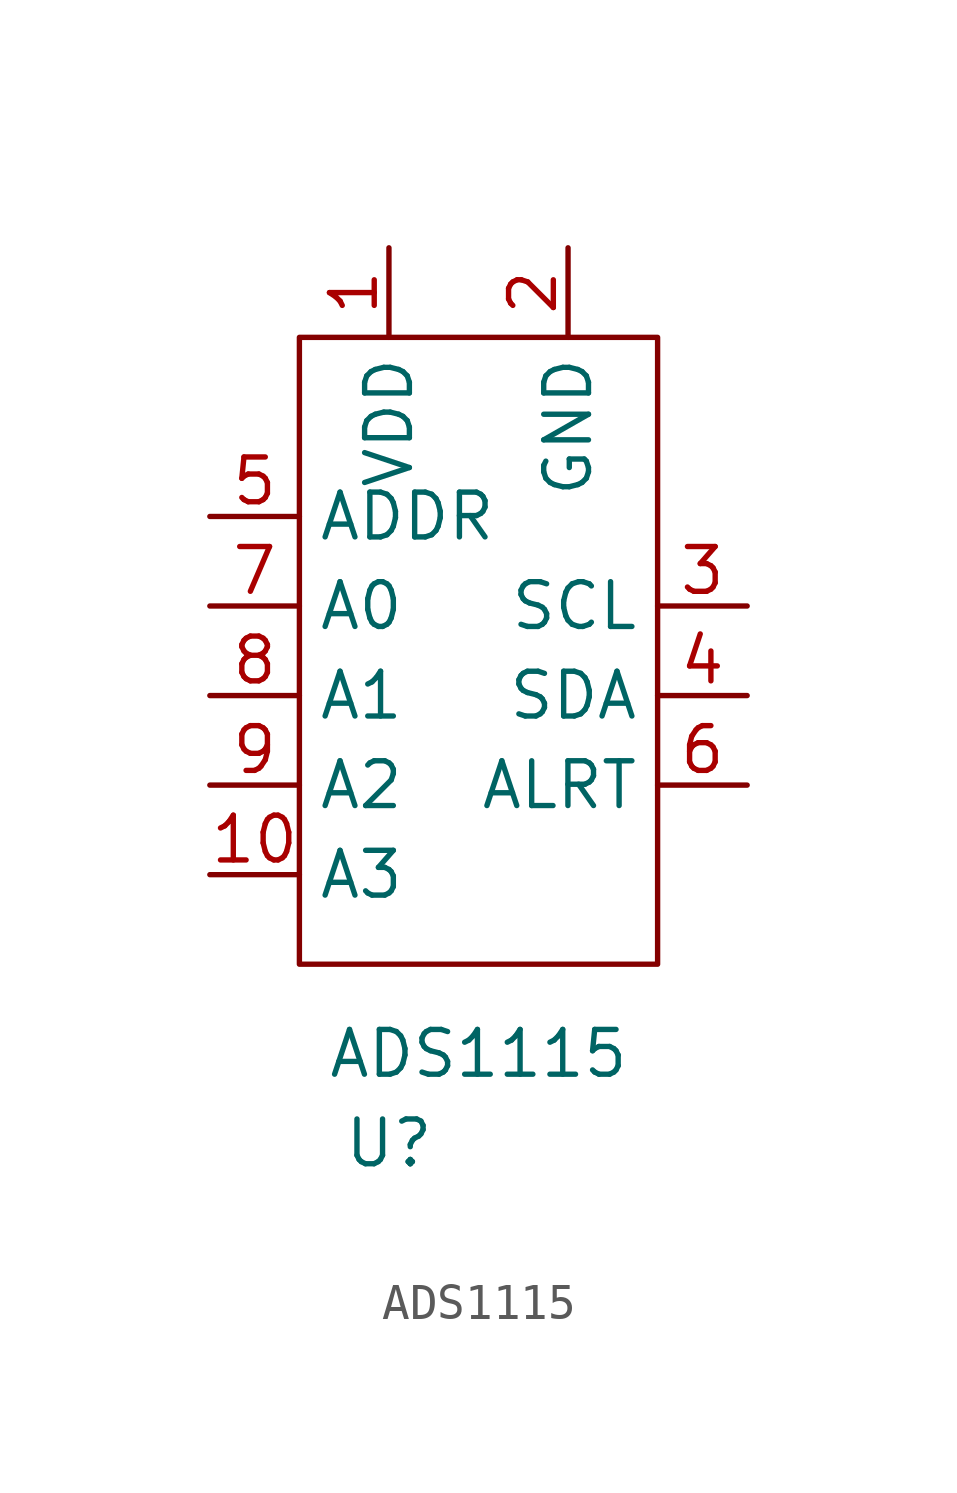
<source format=kicad_sym>
(kicad_symbol_lib
  (version 20211014)
  (generator kicad_symbol_editor)
  (symbol "ADS1115"
    (property "Reference" "U"
      (at -2.54 -12.7 0)
      (effects (font (size 1.27 1.27))))
    (property "Value" "ADS1115"
      (at 0 -10.16 0)
      (effects (font (size 1.27 1.27))))
    (symbol "ADS1115_0_1"
      (rectangle (start -5.08 10.16) (end 5.08 -7.62) (stroke (width 0) (type default) (color 0 0 0 0)) (fill (type none))))
    (symbol "ADS1115_1_1"
      (pin power_in line (at -2.54 12.7 270) (length 2.54) (name "VDD" (effects (font (size 1.27 1.27)))) (number "1" (effects (font (size 1.27 1.27)))))
      (pin input line (at -7.62 -5.08 0) (length 2.54) (name "A3" (effects (font (size 1.27 1.27)))) (number "10" (effects (font (size 1.27 1.27)))))
      (pin power_in line (at 2.54 12.7 270) (length 2.54) (name "GND" (effects (font (size 1.27 1.27)))) (number "2" (effects (font (size 1.27 1.27)))))
      (pin bidirectional line (at 7.62 2.54 180) (length 2.54) (name "SCL" (effects (font (size 1.27 1.27)))) (number "3" (effects (font (size 1.27 1.27)))))
      (pin bidirectional line (at 7.62 0 180) (length 2.54) (name "SDA" (effects (font (size 1.27 1.27)))) (number "4" (effects (font (size 1.27 1.27)))))
      (pin input line (at -7.62 5.08 0) (length 2.54) (name "ADDR" (effects (font (size 1.27 1.27)))) (number "5" (effects (font (size 1.27 1.27)))))
      (pin output line (at 7.62 -2.54 180) (length 2.54) (name "ALRT" (effects (font (size 1.27 1.27)))) (number "6" (effects (font (size 1.27 1.27)))))
      (pin input line (at -7.62 2.54 0) (length 2.54) (name "A0" (effects (font (size 1.27 1.27)))) (number "7" (effects (font (size 1.27 1.27)))))
      (pin input line (at -7.62 0 0) (length 2.54) (name "A1" (effects (font (size 1.27 1.27)))) (number "8" (effects (font (size 1.27 1.27)))))
      (pin input line (at -7.62 -2.54 0) (length 2.54) (name "A2" (effects (font (size 1.27 1.27)))) (number "9" (effects (font (size 1.27 1.27))))))))
</source>
